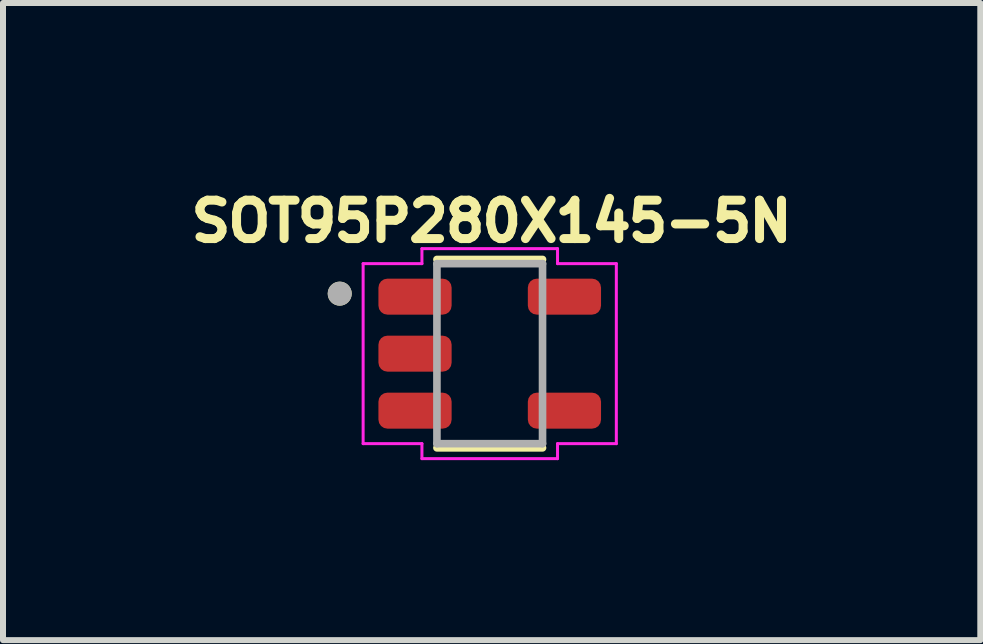
<source format=kicad_pcb>
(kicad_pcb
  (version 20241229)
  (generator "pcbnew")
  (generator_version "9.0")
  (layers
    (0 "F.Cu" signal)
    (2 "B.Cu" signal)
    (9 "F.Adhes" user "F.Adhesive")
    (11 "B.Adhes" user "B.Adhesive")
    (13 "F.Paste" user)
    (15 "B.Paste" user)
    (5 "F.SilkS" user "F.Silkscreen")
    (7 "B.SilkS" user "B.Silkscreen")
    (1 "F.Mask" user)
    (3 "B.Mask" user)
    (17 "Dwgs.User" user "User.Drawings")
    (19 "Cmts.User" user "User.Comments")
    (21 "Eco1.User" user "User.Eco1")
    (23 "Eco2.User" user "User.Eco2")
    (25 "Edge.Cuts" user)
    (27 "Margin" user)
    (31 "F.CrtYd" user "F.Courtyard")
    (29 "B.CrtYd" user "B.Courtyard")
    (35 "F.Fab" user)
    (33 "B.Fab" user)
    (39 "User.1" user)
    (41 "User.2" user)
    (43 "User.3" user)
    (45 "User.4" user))
  (footprint "SOT95P280X145-5N"
    (layer "F.Cu")
    (at 5.112 2.844)
    (property "Reference" "SOT95P280X145-5N" (at 0.032 -2.206 0) (layer "F.SilkS") (effects (font (size 0.64 0.64) (thickness 0.15))))
    (attr smd)
    (fp_line (start -0.88 -1.57) (end 0.88 -1.57) (stroke (width 0.127) (type solid)) (layer "F.SilkS"))
    (fp_line (start -0.88 1.57) (end 0.88 1.57) (stroke (width 0.127) (type solid)) (layer "F.SilkS"))
    (fp_circle (center -2.5 -1) (end -2.4 -1) (stroke (width 0.2) (type solid)) (fill no) (layer "F.SilkS"))
    (fp_line (start -2.11 -1.5) (end -2.11 1.5) (stroke (width 0.05) (type solid)) (layer "F.CrtYd"))
    (fp_line (start -2.11 -1.5) (end -1.13 -1.5) (stroke (width 0.05) (type solid)) (layer "F.CrtYd"))
    (fp_line (start -1.13 -1.75) (end 1.13 -1.75) (stroke (width 0.05) (type solid)) (layer "F.CrtYd"))
    (fp_line (start -1.13 -1.5) (end -1.13 -1.75) (stroke (width 0.05) (type solid)) (layer "F.CrtYd"))
    (fp_line (start -1.13 1.5) (end -2.11 1.5) (stroke (width 0.05) (type solid)) (layer "F.CrtYd"))
    (fp_line (start -1.13 1.75) (end -1.13 1.5) (stroke (width 0.05) (type solid)) (layer "F.CrtYd"))
    (fp_line (start 1.13 -1.75) (end 1.13 -1.5) (stroke (width 0.05) (type solid)) (layer "F.CrtYd"))
    (fp_line (start 1.13 -1.5) (end 2.11 -1.5) (stroke (width 0.05) (type solid)) (layer "F.CrtYd"))
    (fp_line (start 1.13 1.5) (end 1.13 1.75) (stroke (width 0.05) (type solid)) (layer "F.CrtYd"))
    (fp_line (start 1.13 1.75) (end -1.13 1.75) (stroke (width 0.05) (type solid)) (layer "F.CrtYd"))
    (fp_line (start 2.11 1.5) (end 1.13 1.5) (stroke (width 0.05) (type solid)) (layer "F.CrtYd"))
    (fp_line (start 2.11 1.5) (end 2.11 -1.5) (stroke (width 0.05) (type solid)) (layer "F.CrtYd"))
    (fp_line (start -0.88 -1.5) (end 0.88 -1.5) (stroke (width 0.127) (type solid)) (layer "F.Fab"))
    (fp_line (start -0.88 1.5) (end -0.88 -1.5) (stroke (width 0.127) (type solid)) (layer "F.Fab"))
    (fp_line (start 0.88 -1.5) (end 0.88 1.5) (stroke (width 0.127) (type solid)) (layer "F.Fab"))
    (fp_line (start 0.88 1.5) (end -0.88 1.5) (stroke (width 0.127) (type solid)) (layer "F.Fab"))
    (fp_circle (center -2.5 -1) (end -2.4 -1) (stroke (width 0.2) (type solid)) (fill no) (layer "F.Fab"))
    (pad "1" smd roundrect (at -1.245 -0.95) (size 1.22 0.6) (layers "F.Cu" "F.Mask" "F.Paste") (roundrect_rratio 0.25))
    (pad "2" smd roundrect (at -1.245 0) (size 1.22 0.6) (layers "F.Cu" "F.Mask" "F.Paste") (roundrect_rratio 0.25))
    (pad "3" smd roundrect (at -1.245 0.95) (size 1.22 0.6) (layers "F.Cu" "F.Mask" "F.Paste") (roundrect_rratio 0.25))
    (pad "4" smd roundrect (at 1.245 0.95) (size 1.22 0.6) (layers "F.Cu" "F.Mask" "F.Paste") (roundrect_rratio 0.25))
    (pad "5" smd roundrect (at 1.245 -0.95) (size 1.22 0.6) (layers "F.Cu" "F.Mask" "F.Paste") (roundrect_rratio 0.25)))
  (gr_rect
    (start -3 -3)
    (end 13.288 7.619)
    (stroke (width 0.1) (type default))
    (fill no)
    (layer "Edge.Cuts")))
</source>
